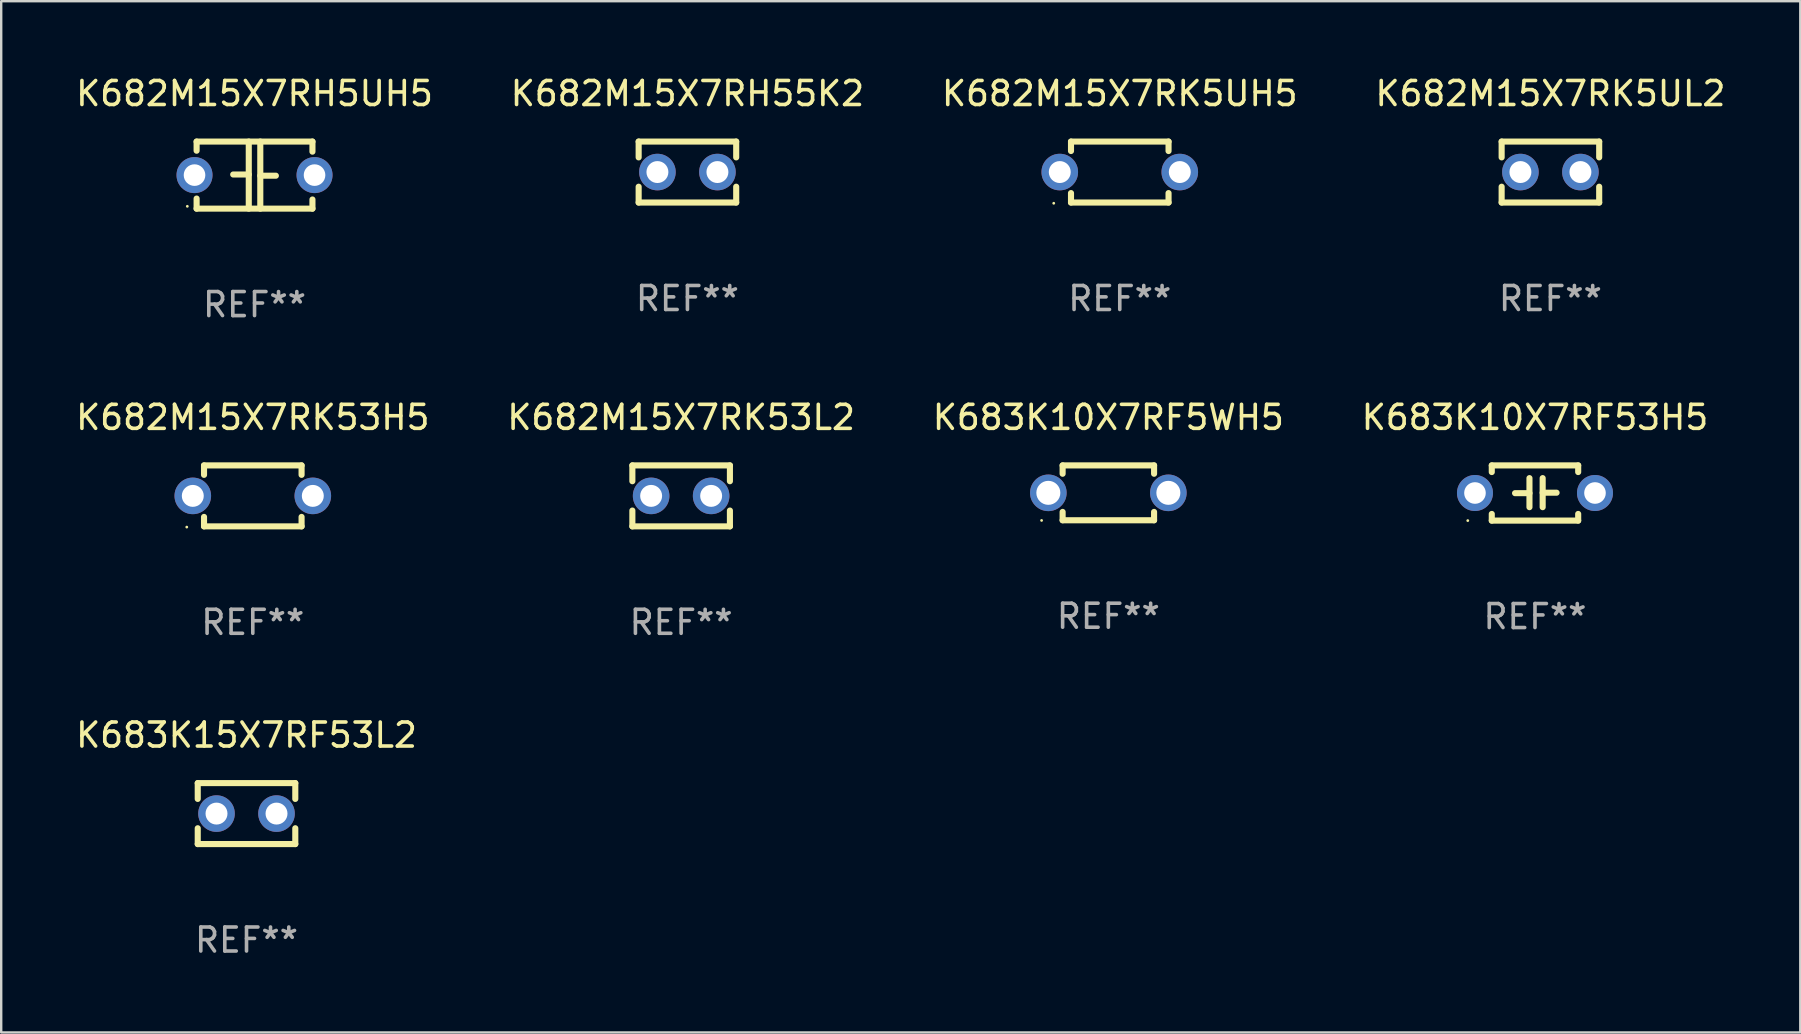
<source format=kicad_pcb>
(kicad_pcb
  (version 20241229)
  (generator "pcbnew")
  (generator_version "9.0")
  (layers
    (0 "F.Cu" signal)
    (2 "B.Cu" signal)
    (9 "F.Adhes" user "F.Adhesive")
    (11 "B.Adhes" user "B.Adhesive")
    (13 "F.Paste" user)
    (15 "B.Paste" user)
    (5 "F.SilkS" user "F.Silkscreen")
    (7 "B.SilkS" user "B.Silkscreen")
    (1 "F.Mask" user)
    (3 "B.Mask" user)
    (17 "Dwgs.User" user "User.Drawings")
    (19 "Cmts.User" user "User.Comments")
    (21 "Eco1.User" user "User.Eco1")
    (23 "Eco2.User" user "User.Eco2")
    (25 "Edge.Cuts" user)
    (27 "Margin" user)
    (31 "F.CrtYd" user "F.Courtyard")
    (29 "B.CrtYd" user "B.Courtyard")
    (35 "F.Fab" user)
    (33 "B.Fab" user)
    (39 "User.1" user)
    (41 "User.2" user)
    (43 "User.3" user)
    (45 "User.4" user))
  (footprint "K683K10X7RF53H5"
    (layer "F.Cu")
    (at 60.899 17.489)
    (property "Reference" "K683K10X7RF53H5" (at 0 -3.15 0) (layer "F.SilkS") (effects (font (size 1 1) (thickness 0.15))))
    (attr through_hole)
    (fp_line (start -1.8 -1.15) (end -1.8 -0.872) (stroke (width 0.254) (type solid)) (layer "F.SilkS"))
    (fp_line (start -1.8 -1.15) (end 1.8 -1.15) (stroke (width 0.254) (type solid)) (layer "F.SilkS"))
    (fp_line (start -1.8 0.872) (end -1.8 1.15) (stroke (width 0.254) (type solid)) (layer "F.SilkS"))
    (fp_line (start -1.8 1.15) (end 1.8 1.15) (stroke (width 0.254) (type solid)) (layer "F.SilkS"))
    (fp_line (start -0.23 -0.62) (end -0.23 0.59) (stroke (width 0.254) (type solid)) (layer "F.SilkS"))
    (fp_line (start -0.23 0.007) (end -0.83 0.007) (stroke (width 0.254) (type solid)) (layer "F.SilkS"))
    (fp_line (start 0.32 -0.62) (end 0.32 0.59) (stroke (width 0.254) (type solid)) (layer "F.SilkS"))
    (fp_line (start 0.32 -0.012) (end 0.9 -0.012) (stroke (width 0.254) (type solid)) (layer "F.SilkS"))
    (fp_line (start 1.8 -1.15) (end 1.8 -0.872) (stroke (width 0.254) (type solid)) (layer "F.SilkS"))
    (fp_line (start 1.8 0.872) (end 1.8 1.15) (stroke (width 0.254) (type solid)) (layer "F.SilkS"))
    (fp_circle (center -2.8 1.15) (end -2.77 1.15) (stroke (width 0.06) (type solid)) (fill no) (layer "F.SilkS"))
    (fp_text user "REF**" (at 0 5.15 0) (layer "F.Fab") (effects (font (size 1 1) (thickness 0.15))))
    (pad "1" thru_hole circle (at -2.5 0) (size 1.5 1.5) (drill 0.9) (layers "*.Cu" "*.Mask"))
    (pad "2" thru_hole circle (at 2.5 0) (size 1.5 1.5) (drill 0.9) (layers "*.Cu" "*.Mask")))
  (footprint "K682M15X7RK5UH5"
    (layer "F.Cu")
    (at 43.601 4.118)
    (property "Reference" "K682M15X7RK5UH5" (at 0 -3.27 0) (layer "F.SilkS") (effects (font (size 1 1) (thickness 0.15))))
    (attr through_hole)
    (fp_line (start -2.032 -1.27) (end -2.032 -0.876) (stroke (width 0.254) (type solid)) (layer "F.SilkS"))
    (fp_line (start -2.032 0.876) (end -2.032 1.27) (stroke (width 0.254) (type solid)) (layer "F.SilkS"))
    (fp_line (start -2.032 1.27) (end 2.032 1.27) (stroke (width 0.254) (type solid)) (layer "F.SilkS"))
    (fp_line (start 2.032 -1.27) (end -2.032 -1.27) (stroke (width 0.254) (type solid)) (layer "F.SilkS"))
    (fp_line (start 2.032 -0.876) (end 2.032 -1.27) (stroke (width 0.254) (type solid)) (layer "F.SilkS"))
    (fp_line (start 2.032 1.27) (end 2.032 0.876) (stroke (width 0.254) (type solid)) (layer "F.SilkS"))
    (fp_circle (center -2.751 1.3) (end -2.721 1.3) (stroke (width 0.06) (type solid)) (fill no) (layer "F.SilkS"))
    (fp_text user "REF**" (at 0 5.27 0) (layer "F.Fab") (effects (font (size 1 1) (thickness 0.15))))
    (pad "1" thru_hole circle (at -2.5 0) (size 1.524 1.524) (drill 0.914) (layers "*.Cu" "*.Mask"))
    (pad "2" thru_hole circle (at 2.5 0) (size 1.524 1.524) (drill 0.914) (layers "*.Cu" "*.Mask")))
  (footprint "K682M15X7RK5UL2"
    (layer "F.Cu")
    (at 61.542 4.118)
    (property "Reference" "K682M15X7RK5UL2" (at 0 -3.27 0) (layer "F.SilkS") (effects (font (size 1 1) (thickness 0.15))))
    (attr through_hole)
    (fp_line (start -2.032 -1.27) (end -2.032 -0.611) (stroke (width 0.254) (type solid)) (layer "F.SilkS"))
    (fp_line (start -2.032 0.611) (end -2.032 1.27) (stroke (width 0.254) (type solid)) (layer "F.SilkS"))
    (fp_line (start -2.032 1.27) (end 2.032 1.27) (stroke (width 0.254) (type solid)) (layer "F.SilkS"))
    (fp_line (start 2.032 -1.27) (end -2.032 -1.27) (stroke (width 0.254) (type solid)) (layer "F.SilkS"))
    (fp_line (start 2.032 -0.611) (end 2.032 -1.27) (stroke (width 0.254) (type solid)) (layer "F.SilkS"))
    (fp_line (start 2.032 1.27) (end 2.032 0.611) (stroke (width 0.254) (type solid)) (layer "F.SilkS"))
    (fp_circle (center -2 1.3) (end -1.97 1.3) (stroke (width 0.06) (type solid)) (fill no) (layer "F.SilkS"))
    (fp_text user "REF**" (at 0 5.27 0) (layer "F.Fab") (effects (font (size 1 1) (thickness 0.15))))
    (pad "1" thru_hole circle (at -1.25 0) (size 1.524 1.524) (drill 0.914) (layers "*.Cu" "*.Mask"))
    (pad "2" thru_hole circle (at 1.25 0) (size 1.524 1.524) (drill 0.914) (layers "*.Cu" "*.Mask")))
  (footprint "K682M15X7RH5UH5"
    (layer "F.Cu")
    (at 7.554 4.245)
    (property "Reference" "K682M15X7RH5UH5" (at 0 -3.397 0) (layer "F.SilkS") (effects (font (size 1 1) (thickness 0.15))))
    (attr through_hole)
    (fp_line (start -2.413 -1.397) (end 2.413 -1.397) (stroke (width 0.254) (type solid)) (layer "F.SilkS"))
    (fp_line (start -2.413 -1.016) (end -2.413 -1.397) (stroke (width 0.254) (type solid)) (layer "F.SilkS"))
    (fp_line (start -2.413 0.977) (end -2.413 1.397) (stroke (width 0.254) (type solid)) (layer "F.SilkS"))
    (fp_line (start -0.24 -0.025) (end -0.889 -0.025) (stroke (width 0.254) (type solid)) (layer "F.SilkS"))
    (fp_line (start -0.24 1.397) (end -0.24 -1.397) (stroke (width 0.254) (type solid)) (layer "F.SilkS"))
    (fp_line (start 0.24 -1.397) (end 0.24 1.397) (stroke (width 0.254) (type solid)) (layer "F.SilkS"))
    (fp_line (start 0.24 0.025) (end 0.889 0.025) (stroke (width 0.254) (type solid)) (layer "F.SilkS"))
    (fp_line (start 2.413 -0.977) (end 2.413 -1.397) (stroke (width 0.254) (type solid)) (layer "F.SilkS"))
    (fp_line (start 2.413 1.016) (end 2.413 1.397) (stroke (width 0.254) (type solid)) (layer "F.SilkS"))
    (fp_line (start 2.413 1.397) (end -2.413 1.397) (stroke (width 0.254) (type solid)) (layer "F.SilkS"))
    (fp_circle (center -2.8 1.3) (end -2.77 1.3) (stroke (width 0.06) (type solid)) (fill no) (layer "F.SilkS"))
    (fp_text user "REF**" (at 0 5.397 0) (layer "F.Fab") (effects (font (size 1 1) (thickness 0.15))))
    (pad "1" thru_hole circle (at -2.5 0) (size 1.5 1.5) (drill 0.9) (layers "*.Cu" "*.Mask"))
    (pad "2" thru_hole circle (at 2.5 0) (size 1.5 1.5) (drill 0.9) (layers "*.Cu" "*.Mask")))
  (footprint "K682M15X7RK53H5"
    (layer "F.Cu")
    (at 7.482 17.609)
    (property "Reference" "K682M15X7RK53H5" (at 0 -3.27 0) (layer "F.SilkS") (effects (font (size 1 1) (thickness 0.15))))
    (attr through_hole)
    (fp_line (start -2.032 -1.27) (end -2.032 -0.876) (stroke (width 0.254) (type solid)) (layer "F.SilkS"))
    (fp_line (start -2.032 0.876) (end -2.032 1.27) (stroke (width 0.254) (type solid)) (layer "F.SilkS"))
    (fp_line (start -2.032 1.27) (end 2.032 1.27) (stroke (width 0.254) (type solid)) (layer "F.SilkS"))
    (fp_line (start 2.032 -1.27) (end -2.032 -1.27) (stroke (width 0.254) (type solid)) (layer "F.SilkS"))
    (fp_line (start 2.032 -0.876) (end 2.032 -1.27) (stroke (width 0.254) (type solid)) (layer "F.SilkS"))
    (fp_line (start 2.032 1.27) (end 2.032 0.876) (stroke (width 0.254) (type solid)) (layer "F.SilkS"))
    (fp_circle (center -2.751 1.3) (end -2.721 1.3) (stroke (width 0.06) (type solid)) (fill no) (layer "F.SilkS"))
    (fp_text user "REF**" (at 0 5.27 0) (layer "F.Fab") (effects (font (size 1 1) (thickness 0.15))))
    (pad "1" thru_hole circle (at -2.5 0) (size 1.524 1.524) (drill 0.914) (layers "*.Cu" "*.Mask"))
    (pad "2" thru_hole circle (at 2.5 0) (size 1.524 1.524) (drill 0.914) (layers "*.Cu" "*.Mask")))
  (footprint "K683K15X7RF53L2"
    (layer "F.Cu")
    (at 7.22 30.845)
    (property "Reference" "K683K15X7RF53L2" (at 0 -3.27 0) (layer "F.SilkS") (effects (font (size 1 1) (thickness 0.15))))
    (attr through_hole)
    (fp_line (start -2.032 -1.27) (end -2.032 -0.611) (stroke (width 0.254) (type solid)) (layer "F.SilkS"))
    (fp_line (start -2.032 0.611) (end -2.032 1.27) (stroke (width 0.254) (type solid)) (layer "F.SilkS"))
    (fp_line (start -2.032 1.27) (end 2.032 1.27) (stroke (width 0.254) (type solid)) (layer "F.SilkS"))
    (fp_line (start 2.032 -1.27) (end -2.032 -1.27) (stroke (width 0.254) (type solid)) (layer "F.SilkS"))
    (fp_line (start 2.032 -0.611) (end 2.032 -1.27) (stroke (width 0.254) (type solid)) (layer "F.SilkS"))
    (fp_line (start 2.032 1.27) (end 2.032 0.611) (stroke (width 0.254) (type solid)) (layer "F.SilkS"))
    (fp_circle (center -2 1.3) (end -1.97 1.3) (stroke (width 0.06) (type solid)) (fill no) (layer "F.SilkS"))
    (fp_text user "REF**" (at 0 5.27 0) (layer "F.Fab") (effects (font (size 1 1) (thickness 0.15))))
    (pad "1" thru_hole circle (at -1.25 0) (size 1.524 1.524) (drill 0.914) (layers "*.Cu" "*.Mask"))
    (pad "2" thru_hole circle (at 1.25 0) (size 1.524 1.524) (drill 0.914) (layers "*.Cu" "*.Mask")))
  (footprint "K683K10X7RF5WH5"
    (layer "F.Cu")
    (at 43.125 17.482)
    (property "Reference" "K683K10X7RF5WH5" (at 0 -3.143 0) (layer "F.SilkS") (effects (font (size 1 1) (thickness 0.15))))
    (attr through_hole)
    (fp_line (start -1.905 -1.143) (end 1.905 -1.143) (stroke (width 0.254) (type solid)) (layer "F.SilkS"))
    (fp_line (start -1.905 -0.795) (end -1.905 -1.143) (stroke (width 0.254) (type solid)) (layer "F.SilkS"))
    (fp_line (start -1.905 1.143) (end -1.905 0.795) (stroke (width 0.254) (type solid)) (layer "F.SilkS"))
    (fp_line (start 1.905 -1.143) (end 1.905 -0.795) (stroke (width 0.254) (type solid)) (layer "F.SilkS"))
    (fp_line (start 1.905 0.795) (end 1.905 1.143) (stroke (width 0.254) (type solid)) (layer "F.SilkS"))
    (fp_line (start 1.905 1.143) (end -1.905 1.143) (stroke (width 0.254) (type solid)) (layer "F.SilkS"))
    (fp_circle (center -2.781 1.15) (end -2.751 1.15) (stroke (width 0.06) (type solid)) (fill no) (layer "F.SilkS"))
    (fp_text user "REF**" (at 0 5.143 0) (layer "F.Fab") (effects (font (size 1 1) (thickness 0.15))))
    (pad "1" thru_hole circle (at -2.5 0) (size 1.524 1.524) (drill 1) (layers "*.Cu" "*.Mask"))
    (pad "2" thru_hole circle (at 2.5 0) (size 1.524 1.524) (drill 1) (layers "*.Cu" "*.Mask")))
  (footprint "K682M15X7RH55K2"
    (layer "F.Cu")
    (at 25.589 4.118)
    (property "Reference" "K682M15X7RH55K2" (at 0 -3.27 0) (layer "F.SilkS") (effects (font (size 1 1) (thickness 0.15))))
    (attr through_hole)
    (fp_line (start -2.032 -1.27) (end -2.032 -0.611) (stroke (width 0.254) (type solid)) (layer "F.SilkS"))
    (fp_line (start -2.032 0.611) (end -2.032 1.27) (stroke (width 0.254) (type solid)) (layer "F.SilkS"))
    (fp_line (start -2.032 1.27) (end 2.032 1.27) (stroke (width 0.254) (type solid)) (layer "F.SilkS"))
    (fp_line (start 2.032 -1.27) (end -2.032 -1.27) (stroke (width 0.254) (type solid)) (layer "F.SilkS"))
    (fp_line (start 2.032 -0.611) (end 2.032 -1.27) (stroke (width 0.254) (type solid)) (layer "F.SilkS"))
    (fp_line (start 2.032 1.27) (end 2.032 0.611) (stroke (width 0.254) (type solid)) (layer "F.SilkS"))
    (fp_circle (center -2 1.3) (end -1.97 1.3) (stroke (width 0.06) (type solid)) (fill no) (layer "F.SilkS"))
    (fp_text user "REF**" (at 0 5.27 0) (layer "F.Fab") (effects (font (size 1 1) (thickness 0.15))))
    (pad "1" thru_hole circle (at -1.25 0) (size 1.524 1.524) (drill 0.914) (layers "*.Cu" "*.Mask"))
    (pad "2" thru_hole circle (at 1.25 0) (size 1.524 1.524) (drill 0.914) (layers "*.Cu" "*.Mask")))
  (footprint "K682M15X7RK53L2"
    (layer "F.Cu")
    (at 25.327 17.609)
    (property "Reference" "K682M15X7RK53L2" (at 0 -3.27 0) (layer "F.SilkS") (effects (font (size 1 1) (thickness 0.15))))
    (attr through_hole)
    (fp_line (start -2.032 -1.27) (end -2.032 -0.611) (stroke (width 0.254) (type solid)) (layer "F.SilkS"))
    (fp_line (start -2.032 0.611) (end -2.032 1.27) (stroke (width 0.254) (type solid)) (layer "F.SilkS"))
    (fp_line (start -2.032 1.27) (end 2.032 1.27) (stroke (width 0.254) (type solid)) (layer "F.SilkS"))
    (fp_line (start 2.032 -1.27) (end -2.032 -1.27) (stroke (width 0.254) (type solid)) (layer "F.SilkS"))
    (fp_line (start 2.032 -0.611) (end 2.032 -1.27) (stroke (width 0.254) (type solid)) (layer "F.SilkS"))
    (fp_line (start 2.032 1.27) (end 2.032 0.611) (stroke (width 0.254) (type solid)) (layer "F.SilkS"))
    (fp_circle (center -2 1.3) (end -1.97 1.3) (stroke (width 0.06) (type solid)) (fill no) (layer "F.SilkS"))
    (fp_text user "REF**" (at 0 5.27 0) (layer "F.Fab") (effects (font (size 1 1) (thickness 0.15))))
    (pad "1" thru_hole circle (at -1.25 0) (size 1.524 1.524) (drill 0.914) (layers "*.Cu" "*.Mask"))
    (pad "2" thru_hole circle (at 1.25 0) (size 1.524 1.524) (drill 0.914) (layers "*.Cu" "*.Mask")))
  (gr_rect
    (start -3 -3)
    (end 71.952 39.964)
    (stroke (width 0.1) (type default))
    (fill no)
    (layer "Edge.Cuts")))
</source>
